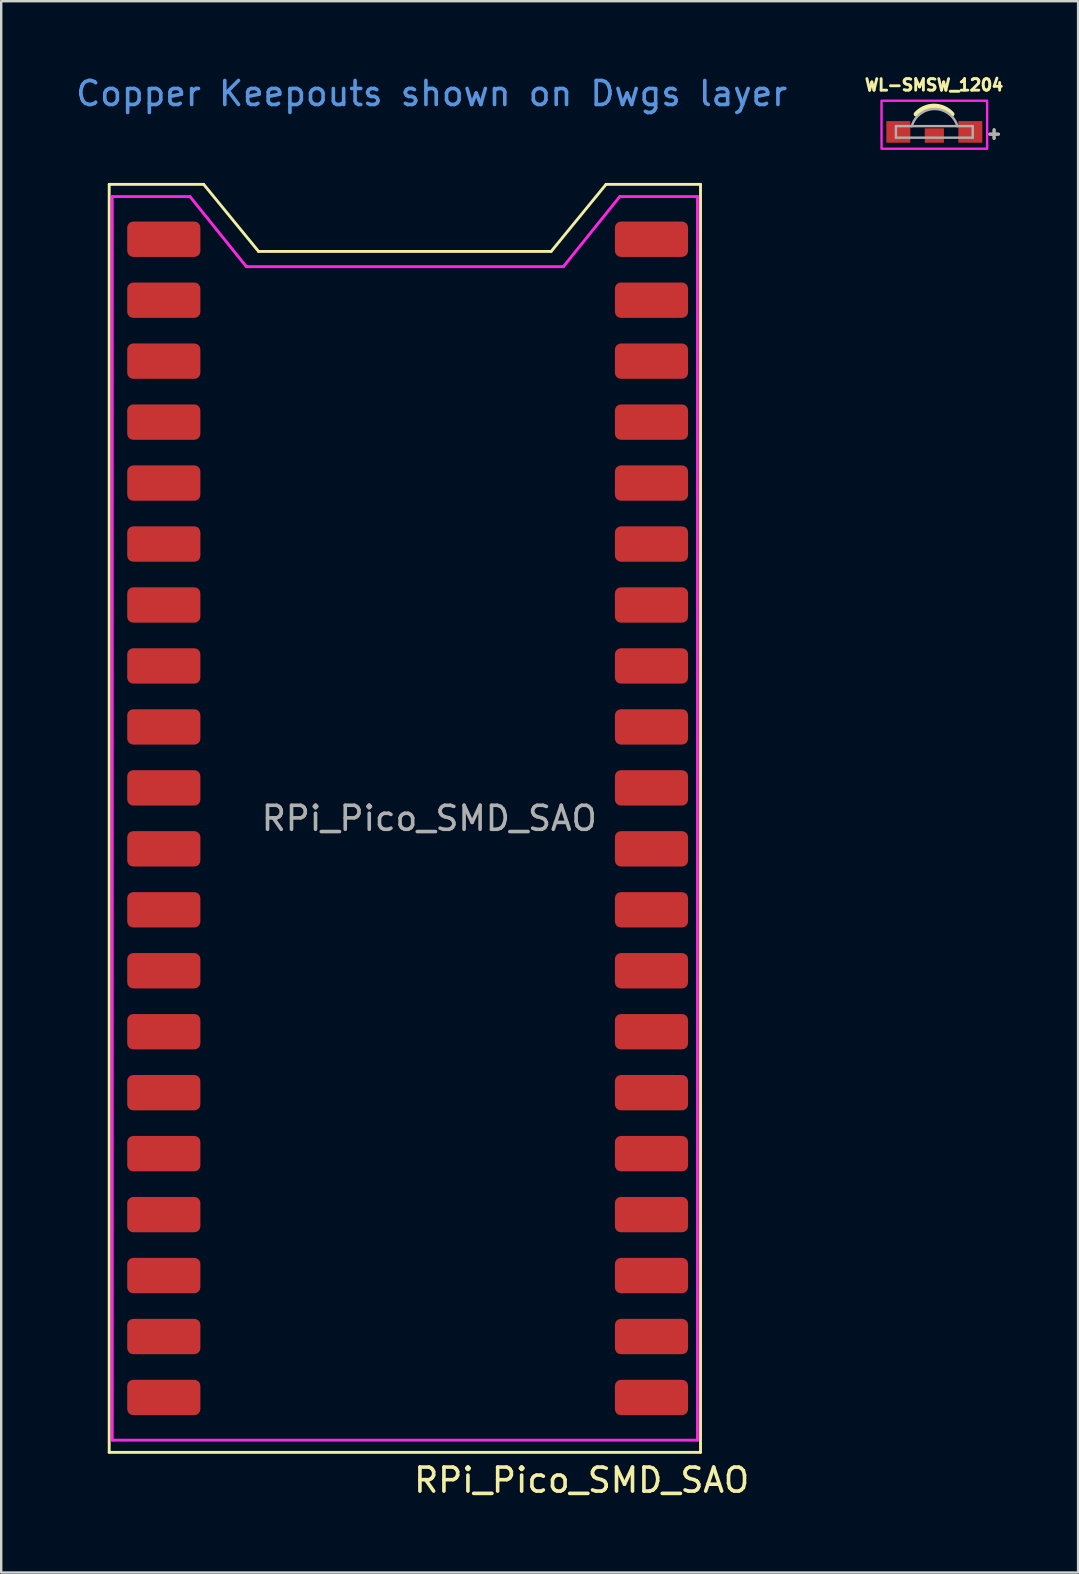
<source format=kicad_pcb>
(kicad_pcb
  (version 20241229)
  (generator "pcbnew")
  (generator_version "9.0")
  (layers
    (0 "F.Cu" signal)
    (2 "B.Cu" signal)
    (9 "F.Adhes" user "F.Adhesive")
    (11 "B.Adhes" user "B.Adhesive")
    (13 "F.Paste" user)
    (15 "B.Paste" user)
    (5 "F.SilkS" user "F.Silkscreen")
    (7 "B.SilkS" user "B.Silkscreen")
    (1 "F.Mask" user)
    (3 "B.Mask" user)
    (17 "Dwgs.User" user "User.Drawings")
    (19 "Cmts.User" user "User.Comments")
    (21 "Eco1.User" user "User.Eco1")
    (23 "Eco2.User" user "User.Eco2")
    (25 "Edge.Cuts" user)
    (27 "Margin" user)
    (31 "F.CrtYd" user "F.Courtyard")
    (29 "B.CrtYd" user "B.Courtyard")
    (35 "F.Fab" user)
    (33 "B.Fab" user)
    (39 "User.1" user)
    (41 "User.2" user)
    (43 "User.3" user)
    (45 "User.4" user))
  (footprint "RPi_Pico_SMD_SAO"
    (layer "F.Cu")
    (at 14.835 31.048)
    (property "Reference" "RPi_Pico_SMD_SAO" (at 6.35 27.575 180) (layer "F.SilkS") (effects (font (size 1 1) (thickness 0.15))))
    (attr through_hole)
    (fp_line (start -13.335 -26.416) (end -13.335 26.416) (stroke (width 0.12) (type default)) (layer "F.SilkS"))
    (fp_line (start -13.335 26.416) (end 11.303 26.416) (stroke (width 0.12) (type default)) (layer "F.SilkS"))
    (fp_line (start -9.398 -26.416) (end -13.335 -26.416) (stroke (width 0.12) (type default)) (layer "F.SilkS"))
    (fp_line (start -9.398 -26.416) (end -7.112 -23.622) (stroke (width 0.12) (type default)) (layer "F.SilkS"))
    (fp_line (start -7.112 -23.622) (end 5.08 -23.622) (stroke (width 0.12) (type default)) (layer "F.SilkS"))
    (fp_line (start 7.366 -26.416) (end 5.08 -23.622) (stroke (width 0.12) (type default)) (layer "F.SilkS"))
    (fp_line (start 7.366 -26.416) (end 11.303 -26.416) (stroke (width 0.12) (type default)) (layer "F.SilkS"))
    (fp_line (start 11.303 26.416) (end 11.303 -26.416) (stroke (width 0.12) (type default)) (layer "F.SilkS"))
    (fp_line (start -13.208 -25.908) (end -9.97 -25.908) (stroke (width 0.12) (type default)) (layer "F.CrtYd"))
    (fp_line (start -13.208 25.908) (end -13.208 -25.908) (stroke (width 0.12) (type solid)) (layer "F.CrtYd"))
    (fp_line (start -9.97 -25.908) (end -7.62 -22.987) (stroke (width 0.12) (type default)) (layer "F.CrtYd"))
    (fp_line (start -7.62 -22.987) (end 5.588 -22.987) (stroke (width 0.12) (type default)) (layer "F.CrtYd"))
    (fp_line (start 7.938 -25.908) (end 5.588 -22.987) (stroke (width 0.12) (type default)) (layer "F.CrtYd"))
    (fp_line (start 11.176 -25.908) (end 7.938 -25.908) (stroke (width 0.12) (type default)) (layer "F.CrtYd"))
    (fp_line (start 11.176 -25.908) (end 11.176 25.908) (stroke (width 0.12) (type solid)) (layer "F.CrtYd"))
    (fp_line (start 11.176 25.908) (end -13.208 25.908) (stroke (width 0.12) (type solid)) (layer "F.CrtYd"))
    (fp_text user "Copper Keepouts shown on Dwgs layer" (at 0.1 -30.2 180) (layer "Cmts.User") (effects (font (size 1 1) (thickness 0.15))))
    (fp_text user "${REFERENCE}" (at 0 0 180) (layer "F.Fab") (effects (font (size 1 1) (thickness 0.15))))
    (pad "1" smd roundrect (at -10.16 -24.13) (size 3.048 1.473) (drill (offset -0.9 0)) (layers "F.Cu" "F.Mask") (roundrect_rratio 0.17))
    (pad "2" smd roundrect (at -10.16 -21.59) (size 3.048 1.473) (drill (offset -0.9 0)) (layers "F.Cu" "F.Mask") (roundrect_rratio 0.17))
    (pad "3" smd roundrect (at -10.16 -19.05) (size 3.048 1.473) (drill (offset -0.9 0)) (layers "F.Cu" "F.Mask") (roundrect_rratio 0.17))
    (pad "4" smd roundrect (at -10.16 -16.51) (size 3.048 1.473) (drill (offset -0.9 0)) (layers "F.Cu" "F.Mask") (roundrect_rratio 0.17))
    (pad "5" smd roundrect (at -10.16 -13.97) (size 3.048 1.473) (drill (offset -0.9 0)) (layers "F.Cu" "F.Mask") (roundrect_rratio 0.17))
    (pad "6" smd roundrect (at -10.16 -11.43) (size 3.048 1.473) (drill (offset -0.9 0)) (layers "F.Cu" "F.Mask") (roundrect_rratio 0.17))
    (pad "7" smd roundrect (at -10.16 -8.89) (size 3.048 1.473) (drill (offset -0.9 0)) (layers "F.Cu" "F.Mask") (roundrect_rratio 0.17))
    (pad "8" smd roundrect (at -10.16 -6.35) (size 3.048 1.473) (drill (offset -0.9 0)) (layers "F.Cu" "F.Mask") (roundrect_rratio 0.17))
    (pad "9" smd roundrect (at -10.16 -3.81) (size 3.048 1.473) (drill (offset -0.9 0)) (layers "F.Cu" "F.Mask") (roundrect_rratio 0.17))
    (pad "10" smd roundrect (at -10.16 -1.27) (size 3.048 1.473) (drill (offset -0.9 0)) (layers "F.Cu" "F.Mask") (roundrect_rratio 0.17))
    (pad "11" smd roundrect (at -10.16 1.27) (size 3.048 1.473) (drill (offset -0.9 0)) (layers "F.Cu" "F.Mask") (roundrect_rratio 0.17))
    (pad "12" smd roundrect (at -10.16 3.81) (size 3.048 1.473) (drill (offset -0.9 0)) (layers "F.Cu" "F.Mask") (roundrect_rratio 0.17))
    (pad "13" smd roundrect (at -10.16 6.35) (size 3.048 1.473) (drill (offset -0.9 0)) (layers "F.Cu" "F.Mask") (roundrect_rratio 0.17))
    (pad "14" smd roundrect (at -10.16 8.89) (size 3.048 1.473) (drill (offset -0.9 0)) (layers "F.Cu" "F.Mask") (roundrect_rratio 0.17))
    (pad "15" smd roundrect (at -10.16 11.43) (size 3.048 1.473) (drill (offset -0.9 0)) (layers "F.Cu" "F.Mask") (roundrect_rratio 0.17))
    (pad "16" smd roundrect (at -10.16 13.97) (size 3.048 1.473) (drill (offset -0.9 0)) (layers "F.Cu" "F.Mask") (roundrect_rratio 0.17))
    (pad "17" smd roundrect (at -10.16 16.51) (size 3.048 1.473) (drill (offset -0.9 0)) (layers "F.Cu" "F.Mask") (roundrect_rratio 0.17))
    (pad "18" smd roundrect (at -10.16 19.05) (size 3.048 1.473) (drill (offset -0.9 0)) (layers "F.Cu" "F.Mask") (roundrect_rratio 0.17))
    (pad "19" smd roundrect (at -10.16 21.59) (size 3.048 1.473) (drill (offset -0.9 0)) (layers "F.Cu" "F.Mask") (roundrect_rratio 0.17))
    (pad "20" smd roundrect (at -10.16 24.13) (size 3.048 1.473) (drill (offset -0.9 0)) (layers "F.Cu" "F.Mask") (roundrect_rratio 0.17))
    (pad "21" smd roundrect (at 10.16 24.13) (size 3.048 1.473) (drill (offset -0.9 0)) (layers "F.Cu" "F.Mask") (roundrect_rratio 0.17))
    (pad "22" smd roundrect (at 10.16 21.59) (size 3.048 1.473) (drill (offset -0.9 0)) (layers "F.Cu" "F.Mask") (roundrect_rratio 0.17))
    (pad "23" smd roundrect (at 10.16 19.05) (size 3.048 1.473) (drill (offset -0.9 0)) (layers "F.Cu" "F.Mask") (roundrect_rratio 0.17))
    (pad "24" smd roundrect (at 10.16 16.51) (size 3.048 1.473) (drill (offset -0.9 0)) (layers "F.Cu" "F.Mask") (roundrect_rratio 0.17))
    (pad "25" smd roundrect (at 10.16 13.97) (size 3.048 1.473) (drill (offset -0.9 0)) (layers "F.Cu" "F.Mask") (roundrect_rratio 0.17))
    (pad "26" smd roundrect (at 10.16 11.43) (size 3.048 1.473) (drill (offset -0.9 0)) (layers "F.Cu" "F.Mask") (roundrect_rratio 0.17))
    (pad "27" smd roundrect (at 10.16 8.89) (size 3.048 1.473) (drill (offset -0.9 0)) (layers "F.Cu" "F.Mask") (roundrect_rratio 0.17))
    (pad "28" smd roundrect (at 10.16 6.35) (size 3.048 1.473) (drill (offset -0.9 0)) (layers "F.Cu" "F.Mask") (roundrect_rratio 0.17))
    (pad "29" smd roundrect (at 10.16 3.81) (size 3.048 1.473) (drill (offset -0.9 0)) (layers "F.Cu" "F.Mask") (roundrect_rratio 0.17))
    (pad "30" smd roundrect (at 10.16 1.27) (size 3.048 1.473) (drill (offset -0.9 0)) (layers "F.Cu" "F.Mask") (roundrect_rratio 0.17))
    (pad "31" smd roundrect (at 10.16 -1.27) (size 3.048 1.473) (drill (offset -0.9 0)) (layers "F.Cu" "F.Mask") (roundrect_rratio 0.17))
    (pad "32" smd roundrect (at 10.16 -3.81) (size 3.048 1.473) (drill (offset -0.9 0)) (layers "F.Cu" "F.Mask") (roundrect_rratio 0.17))
    (pad "33" smd roundrect (at 10.16 -6.35) (size 3.048 1.473) (drill (offset -0.9 0)) (layers "F.Cu" "F.Mask") (roundrect_rratio 0.17))
    (pad "34" smd roundrect (at 10.16 -8.89) (size 3.048 1.473) (drill (offset -0.9 0)) (layers "F.Cu" "F.Mask") (roundrect_rratio 0.17))
    (pad "35" smd roundrect (at 10.16 -11.43) (size 3.048 1.473) (drill (offset -0.9 0)) (layers "F.Cu" "F.Mask") (roundrect_rratio 0.17))
    (pad "36" smd roundrect (at 10.16 -13.97) (size 3.048 1.473) (drill (offset -0.9 0)) (layers "F.Cu" "F.Mask") (roundrect_rratio 0.17))
    (pad "37" smd roundrect (at 10.16 -16.51) (size 3.048 1.473) (drill (offset -0.9 0)) (layers "F.Cu" "F.Mask") (roundrect_rratio 0.17))
    (pad "38" smd roundrect (at 10.16 -19.05) (size 3.048 1.473) (drill (offset -0.9 0)) (layers "F.Cu" "F.Mask") (roundrect_rratio 0.17))
    (pad "39" smd roundrect (at 10.16 -21.59) (size 3.048 1.473) (drill (offset -0.9 0)) (layers "F.Cu" "F.Mask") (roundrect_rratio 0.17))
    (pad "40" smd roundrect (at 10.16 -24.13) (size 3.048 1.473) (drill (offset -0.9 0)) (layers "F.Cu" "F.Mask") (roundrect_rratio 0.17)))
  (footprint "WL-SMSW_1204"
    (layer "F.Cu")
    (at 35.88 2.446)
    (property "Reference" "WL-SMSW_1204" (at -0.01 -1.955 0) (layer "F.SilkS") (effects (font (size 0.48 0.48) (thickness 0.15))))
    (attr smd)
    (fp_arc (start -0.76 -0.74) (mid -0.01 -1.076799) (end 0.74 -0.74) (stroke (width 0.2) (type solid)) (layer "F.SilkS"))
    (fp_poly (pts (xy -2.2 -1.3) (xy 2.2 -1.3) (xy 2.2 0.7) (xy -2.2 0.7)) (stroke (width 0.1) (type solid)) (fill no) (layer "F.CrtYd"))
    (fp_line (start -1.6 -0.24) (end -0.94 -0.24) (stroke (width 0.1) (type solid)) (layer "F.Fab"))
    (fp_line (start -1.6 0.24) (end -1.6 -0.24) (stroke (width 0.1) (type solid)) (layer "F.Fab"))
    (fp_line (start -0.94 -0.24) (end 0.96 -0.24) (stroke (width 0.1) (type solid)) (layer "F.Fab"))
    (fp_line (start 0.96 -0.24) (end 1.6 -0.24) (stroke (width 0.1) (type solid)) (layer "F.Fab"))
    (fp_line (start 1.6 -0.24) (end 1.6 0.24) (stroke (width 0.1) (type solid)) (layer "F.Fab"))
    (fp_line (start 1.6 0.24) (end -1.6 0.24) (stroke (width 0.1) (type solid)) (layer "F.Fab"))
    (fp_arc (start -0.94 -0.24) (mid 0.01 -0.953974) (end 0.96 -0.24) (stroke (width 0.1) (type solid)) (layer "F.Fab"))
    (fp_text user "+" (at 2.49 0.06 0) (layer "F.SilkS") (effects (font (size 0.48 0.48) (thickness 0.15))))
    (fp_text user "+" (at 2.49 0.06 0) (layer "F.Fab") (effects (font (size 0.48 0.48) (thickness 0.15))))
    (pad "1" smd rect (at -1.5 0) (size 1 0.9) (layers "F.Cu" "F.Mask" "F.Paste"))
    (pad "2" smd rect (at 1.5 0) (size 1 0.9) (layers "F.Cu" "F.Mask" "F.Paste"))
    (pad "3" smd rect (at 0 0.15) (size 0.8 0.6) (layers "F.Cu" "F.Mask" "F.Paste")))
  (gr_rect
    (start -3 -3)
    (end 41.87 62.471)
    (stroke (width 0.1) (type default))
    (fill no)
    (layer "Edge.Cuts")))
</source>
